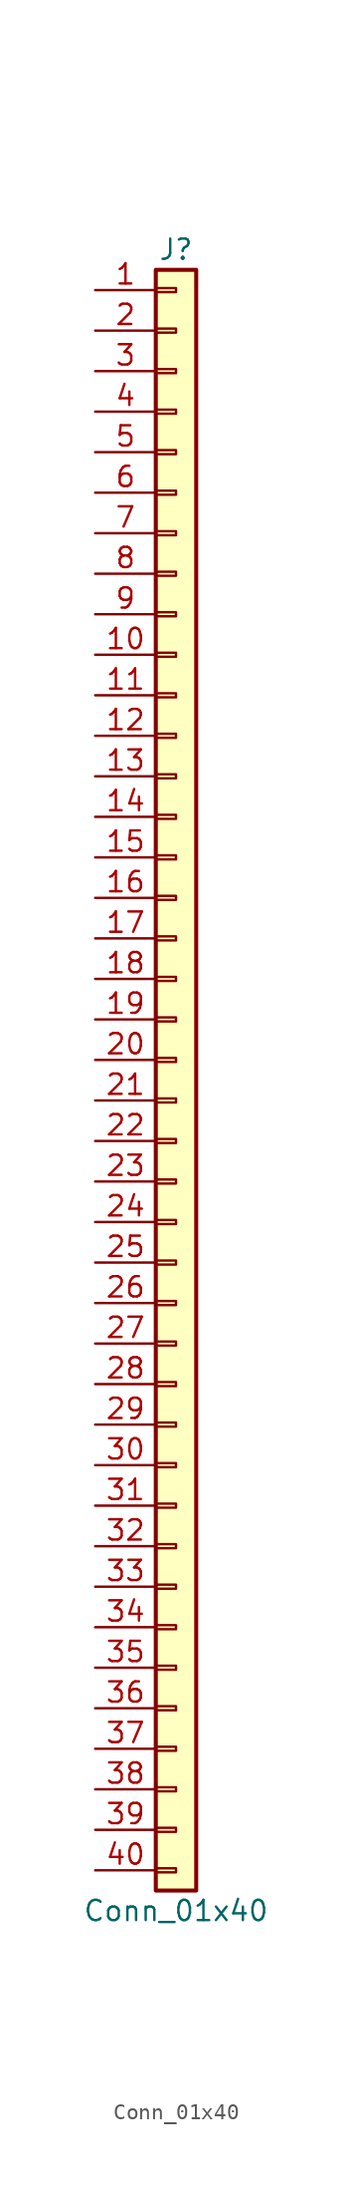
<source format=kicad_sym>
(kicad_symbol_lib
  (version 20220914)
  (generator kicad_symbol_editor)
  (symbol "Conn_01x40"
    (pin_names
      (offset 1.016) hide)
    (property "Reference" "J"
      (at 0 50.8 0)
      (effects (font (size 1.27 1.27))))
    (property "Value" "Conn_01x40"
      (at 0 -53.34 0)
      (effects (font (size 1.27 1.27))))
    (symbol "Conn_01x40_1_1"
      (rectangle (start -1.27 -50.673) (end 0 -50.927) (stroke (width 0.152) (type solid)) (fill (type none)))
      (rectangle (start -1.27 -48.133) (end 0 -48.387) (stroke (width 0.152) (type solid)) (fill (type none)))
      (rectangle (start -1.27 -45.593) (end 0 -45.847) (stroke (width 0.152) (type solid)) (fill (type none)))
      (rectangle (start -1.27 -43.053) (end 0 -43.307) (stroke (width 0.152) (type solid)) (fill (type none)))
      (rectangle (start -1.27 -40.513) (end 0 -40.767) (stroke (width 0.152) (type solid)) (fill (type none)))
      (rectangle (start -1.27 -37.973) (end 0 -38.227) (stroke (width 0.152) (type solid)) (fill (type none)))
      (rectangle (start -1.27 -35.433) (end 0 -35.687) (stroke (width 0.152) (type solid)) (fill (type none)))
      (rectangle (start -1.27 -32.893) (end 0 -33.147) (stroke (width 0.152) (type solid)) (fill (type none)))
      (rectangle (start -1.27 -30.353) (end 0 -30.607) (stroke (width 0.152) (type solid)) (fill (type none)))
      (rectangle (start -1.27 -27.813) (end 0 -28.067) (stroke (width 0.152) (type solid)) (fill (type none)))
      (rectangle (start -1.27 -25.273) (end 0 -25.527) (stroke (width 0.152) (type solid)) (fill (type none)))
      (rectangle (start -1.27 -22.733) (end 0 -22.987) (stroke (width 0.152) (type solid)) (fill (type none)))
      (rectangle (start -1.27 -20.193) (end 0 -20.447) (stroke (width 0.152) (type solid)) (fill (type none)))
      (rectangle (start -1.27 -17.653) (end 0 -17.907) (stroke (width 0.152) (type solid)) (fill (type none)))
      (rectangle (start -1.27 -15.113) (end 0 -15.367) (stroke (width 0.152) (type solid)) (fill (type none)))
      (rectangle (start -1.27 -12.573) (end 0 -12.827) (stroke (width 0.152) (type solid)) (fill (type none)))
      (rectangle (start -1.27 -10.033) (end 0 -10.287) (stroke (width 0.152) (type solid)) (fill (type none)))
      (rectangle (start -1.27 -7.493) (end 0 -7.747) (stroke (width 0.152) (type solid)) (fill (type none)))
      (rectangle (start -1.27 -4.953) (end 0 -5.207) (stroke (width 0.152) (type solid)) (fill (type none)))
      (rectangle (start -1.27 -2.413) (end 0 -2.667) (stroke (width 0.152) (type solid)) (fill (type none)))
      (rectangle (start -1.27 0.127) (end 0 -0.127) (stroke (width 0.152) (type solid)) (fill (type none)))
      (rectangle (start -1.27 2.667) (end 0 2.413) (stroke (width 0.152) (type solid)) (fill (type none)))
      (rectangle (start -1.27 5.207) (end 0 4.953) (stroke (width 0.152) (type solid)) (fill (type none)))
      (rectangle (start -1.27 7.747) (end 0 7.493) (stroke (width 0.152) (type solid)) (fill (type none)))
      (rectangle (start -1.27 10.287) (end 0 10.033) (stroke (width 0.152) (type solid)) (fill (type none)))
      (rectangle (start -1.27 12.827) (end 0 12.573) (stroke (width 0.152) (type solid)) (fill (type none)))
      (rectangle (start -1.27 15.367) (end 0 15.113) (stroke (width 0.152) (type solid)) (fill (type none)))
      (rectangle (start -1.27 17.907) (end 0 17.653) (stroke (width 0.152) (type solid)) (fill (type none)))
      (rectangle (start -1.27 20.447) (end 0 20.193) (stroke (width 0.152) (type solid)) (fill (type none)))
      (rectangle (start -1.27 22.987) (end 0 22.733) (stroke (width 0.152) (type solid)) (fill (type none)))
      (rectangle (start -1.27 25.527) (end 0 25.273) (stroke (width 0.152) (type solid)) (fill (type none)))
      (rectangle (start -1.27 28.067) (end 0 27.813) (stroke (width 0.152) (type solid)) (fill (type none)))
      (rectangle (start -1.27 30.607) (end 0 30.353) (stroke (width 0.152) (type solid)) (fill (type none)))
      (rectangle (start -1.27 33.147) (end 0 32.893) (stroke (width 0.152) (type solid)) (fill (type none)))
      (rectangle (start -1.27 35.687) (end 0 35.433) (stroke (width 0.152) (type solid)) (fill (type none)))
      (rectangle (start -1.27 38.227) (end 0 37.973) (stroke (width 0.152) (type solid)) (fill (type none)))
      (rectangle (start -1.27 40.767) (end 0 40.513) (stroke (width 0.152) (type solid)) (fill (type none)))
      (rectangle (start -1.27 43.307) (end 0 43.053) (stroke (width 0.152) (type solid)) (fill (type none)))
      (rectangle (start -1.27 45.847) (end 0 45.593) (stroke (width 0.152) (type solid)) (fill (type none)))
      (rectangle (start -1.27 48.387) (end 0 48.133) (stroke (width 0.152) (type solid)) (fill (type none)))
      (rectangle (start -1.27 49.53) (end 1.27 -52.07) (stroke (width 0.254) (type solid)) (fill (type background)))
      (pin passive line (at -5.08 48.26 0) (length 3.81) (name "Pin_1" (effects (font (size 1.27 1.27)))) (number "1" (effects (font (size 1.27 1.27)))))
      (pin passive line (at -5.08 25.4 0) (length 3.81) (name "Pin_10" (effects (font (size 1.27 1.27)))) (number "10" (effects (font (size 1.27 1.27)))))
      (pin passive line (at -5.08 22.86 0) (length 3.81) (name "Pin_11" (effects (font (size 1.27 1.27)))) (number "11" (effects (font (size 1.27 1.27)))))
      (pin passive line (at -5.08 20.32 0) (length 3.81) (name "Pin_12" (effects (font (size 1.27 1.27)))) (number "12" (effects (font (size 1.27 1.27)))))
      (pin passive line (at -5.08 17.78 0) (length 3.81) (name "Pin_13" (effects (font (size 1.27 1.27)))) (number "13" (effects (font (size 1.27 1.27)))))
      (pin passive line (at -5.08 15.24 0) (length 3.81) (name "Pin_14" (effects (font (size 1.27 1.27)))) (number "14" (effects (font (size 1.27 1.27)))))
      (pin passive line (at -5.08 12.7 0) (length 3.81) (name "Pin_15" (effects (font (size 1.27 1.27)))) (number "15" (effects (font (size 1.27 1.27)))))
      (pin passive line (at -5.08 10.16 0) (length 3.81) (name "Pin_16" (effects (font (size 1.27 1.27)))) (number "16" (effects (font (size 1.27 1.27)))))
      (pin passive line (at -5.08 7.62 0) (length 3.81) (name "Pin_17" (effects (font (size 1.27 1.27)))) (number "17" (effects (font (size 1.27 1.27)))))
      (pin passive line (at -5.08 5.08 0) (length 3.81) (name "Pin_18" (effects (font (size 1.27 1.27)))) (number "18" (effects (font (size 1.27 1.27)))))
      (pin passive line (at -5.08 2.54 0) (length 3.81) (name "Pin_19" (effects (font (size 1.27 1.27)))) (number "19" (effects (font (size 1.27 1.27)))))
      (pin passive line (at -5.08 45.72 0) (length 3.81) (name "Pin_2" (effects (font (size 1.27 1.27)))) (number "2" (effects (font (size 1.27 1.27)))))
      (pin passive line (at -5.08 0 0) (length 3.81) (name "Pin_20" (effects (font (size 1.27 1.27)))) (number "20" (effects (font (size 1.27 1.27)))))
      (pin passive line (at -5.08 -2.54 0) (length 3.81) (name "Pin_21" (effects (font (size 1.27 1.27)))) (number "21" (effects (font (size 1.27 1.27)))))
      (pin passive line (at -5.08 -5.08 0) (length 3.81) (name "Pin_22" (effects (font (size 1.27 1.27)))) (number "22" (effects (font (size 1.27 1.27)))))
      (pin passive line (at -5.08 -7.62 0) (length 3.81) (name "Pin_23" (effects (font (size 1.27 1.27)))) (number "23" (effects (font (size 1.27 1.27)))))
      (pin passive line (at -5.08 -10.16 0) (length 3.81) (name "Pin_24" (effects (font (size 1.27 1.27)))) (number "24" (effects (font (size 1.27 1.27)))))
      (pin passive line (at -5.08 -12.7 0) (length 3.81) (name "Pin_25" (effects (font (size 1.27 1.27)))) (number "25" (effects (font (size 1.27 1.27)))))
      (pin passive line (at -5.08 -15.24 0) (length 3.81) (name "Pin_26" (effects (font (size 1.27 1.27)))) (number "26" (effects (font (size 1.27 1.27)))))
      (pin passive line (at -5.08 -17.78 0) (length 3.81) (name "Pin_27" (effects (font (size 1.27 1.27)))) (number "27" (effects (font (size 1.27 1.27)))))
      (pin passive line (at -5.08 -20.32 0) (length 3.81) (name "Pin_28" (effects (font (size 1.27 1.27)))) (number "28" (effects (font (size 1.27 1.27)))))
      (pin passive line (at -5.08 -22.86 0) (length 3.81) (name "Pin_29" (effects (font (size 1.27 1.27)))) (number "29" (effects (font (size 1.27 1.27)))))
      (pin passive line (at -5.08 43.18 0) (length 3.81) (name "Pin_3" (effects (font (size 1.27 1.27)))) (number "3" (effects (font (size 1.27 1.27)))))
      (pin passive line (at -5.08 -25.4 0) (length 3.81) (name "Pin_30" (effects (font (size 1.27 1.27)))) (number "30" (effects (font (size 1.27 1.27)))))
      (pin passive line (at -5.08 -27.94 0) (length 3.81) (name "Pin_31" (effects (font (size 1.27 1.27)))) (number "31" (effects (font (size 1.27 1.27)))))
      (pin passive line (at -5.08 -30.48 0) (length 3.81) (name "Pin_32" (effects (font (size 1.27 1.27)))) (number "32" (effects (font (size 1.27 1.27)))))
      (pin passive line (at -5.08 -33.02 0) (length 3.81) (name "Pin_33" (effects (font (size 1.27 1.27)))) (number "33" (effects (font (size 1.27 1.27)))))
      (pin passive line (at -5.08 -35.56 0) (length 3.81) (name "Pin_34" (effects (font (size 1.27 1.27)))) (number "34" (effects (font (size 1.27 1.27)))))
      (pin passive line (at -5.08 -38.1 0) (length 3.81) (name "Pin_35" (effects (font (size 1.27 1.27)))) (number "35" (effects (font (size 1.27 1.27)))))
      (pin passive line (at -5.08 -40.64 0) (length 3.81) (name "Pin_36" (effects (font (size 1.27 1.27)))) (number "36" (effects (font (size 1.27 1.27)))))
      (pin passive line (at -5.08 -43.18 0) (length 3.81) (name "Pin_37" (effects (font (size 1.27 1.27)))) (number "37" (effects (font (size 1.27 1.27)))))
      (pin passive line (at -5.08 -45.72 0) (length 3.81) (name "Pin_38" (effects (font (size 1.27 1.27)))) (number "38" (effects (font (size 1.27 1.27)))))
      (pin passive line (at -5.08 -48.26 0) (length 3.81) (name "Pin_39" (effects (font (size 1.27 1.27)))) (number "39" (effects (font (size 1.27 1.27)))))
      (pin passive line (at -5.08 40.64 0) (length 3.81) (name "Pin_4" (effects (font (size 1.27 1.27)))) (number "4" (effects (font (size 1.27 1.27)))))
      (pin passive line (at -5.08 -50.8 0) (length 3.81) (name "Pin_40" (effects (font (size 1.27 1.27)))) (number "40" (effects (font (size 1.27 1.27)))))
      (pin passive line (at -5.08 38.1 0) (length 3.81) (name "Pin_5" (effects (font (size 1.27 1.27)))) (number "5" (effects (font (size 1.27 1.27)))))
      (pin passive line (at -5.08 35.56 0) (length 3.81) (name "Pin_6" (effects (font (size 1.27 1.27)))) (number "6" (effects (font (size 1.27 1.27)))))
      (pin passive line (at -5.08 33.02 0) (length 3.81) (name "Pin_7" (effects (font (size 1.27 1.27)))) (number "7" (effects (font (size 1.27 1.27)))))
      (pin passive line (at -5.08 30.48 0) (length 3.81) (name "Pin_8" (effects (font (size 1.27 1.27)))) (number "8" (effects (font (size 1.27 1.27)))))
      (pin passive line (at -5.08 27.94 0) (length 3.81) (name "Pin_9" (effects (font (size 1.27 1.27)))) (number "9" (effects (font (size 1.27 1.27))))))))
</source>
